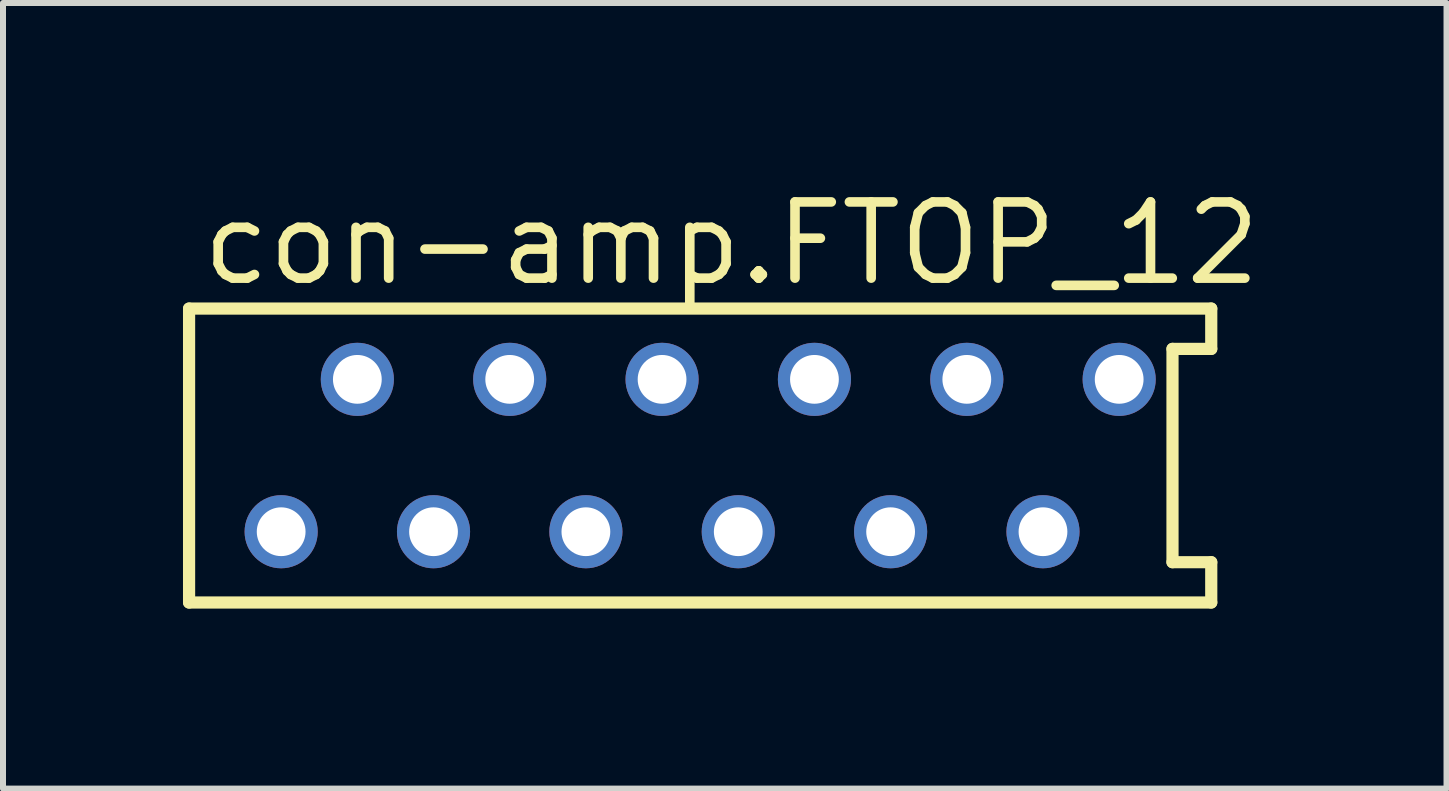
<source format=kicad_pcb>
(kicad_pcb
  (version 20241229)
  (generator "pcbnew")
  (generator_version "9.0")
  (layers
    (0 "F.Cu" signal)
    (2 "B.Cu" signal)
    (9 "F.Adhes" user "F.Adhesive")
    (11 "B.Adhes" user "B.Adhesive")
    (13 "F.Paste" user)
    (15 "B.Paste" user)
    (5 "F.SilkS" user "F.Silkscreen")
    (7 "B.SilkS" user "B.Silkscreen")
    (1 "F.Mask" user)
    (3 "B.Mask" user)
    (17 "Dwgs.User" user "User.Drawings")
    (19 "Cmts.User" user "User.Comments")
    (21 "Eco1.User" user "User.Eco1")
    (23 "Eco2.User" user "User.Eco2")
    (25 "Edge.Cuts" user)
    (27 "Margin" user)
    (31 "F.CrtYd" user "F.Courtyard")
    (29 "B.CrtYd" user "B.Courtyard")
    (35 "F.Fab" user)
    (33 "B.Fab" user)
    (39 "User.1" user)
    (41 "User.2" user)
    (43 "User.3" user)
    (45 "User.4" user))
  (footprint "con-amp.FTOP_12"
    (layer "F.Cu")
    (at 8.622 4.544)
    (property "Reference" "con-amp.FTOP_12" (at -8.382 -2.794 0) (layer "F.SilkS") (effects (font (size 1.27 1.27) (thickness 0.16)) (justify left bottom)))
    (attr through_hole)
    (fp_line (start -8.52 -2.45) (end -8.52 2.45) (stroke (width 0.203) (type default)) (layer "F.SilkS"))
    (fp_line (start -8.52 2.45) (end 8.52 2.45) (stroke (width 0.203) (type default)) (layer "F.SilkS"))
    (fp_line (start 7.874 -1.778) (end 8.52 -1.778) (stroke (width 0.203) (type default)) (layer "F.SilkS"))
    (fp_line (start 7.874 1.778) (end 7.874 -1.778) (stroke (width 0.203) (type default)) (layer "F.SilkS"))
    (fp_line (start 8.52 -2.45) (end -8.52 -2.45) (stroke (width 0.203) (type default)) (layer "F.SilkS"))
    (fp_line (start 8.52 -1.778) (end 8.52 -2.45) (stroke (width 0.203) (type default)) (layer "F.SilkS"))
    (fp_line (start 8.52 1.778) (end 7.874 1.778) (stroke (width 0.203) (type default)) (layer "F.SilkS"))
    (fp_line (start 8.52 2.45) (end 8.52 1.778) (stroke (width 0.203) (type default)) (layer "F.SilkS"))
    (pad "1" thru_hole circle (at -6.985 1.27) (size 1.219 1.219) (drill 0.813) (layers "*.Cu" "*.Mask"))
    (pad "2" thru_hole circle (at -5.715 -1.27) (size 1.219 1.219) (drill 0.813) (layers "*.Cu" "*.Mask"))
    (pad "3" thru_hole circle (at -4.445 1.27) (size 1.219 1.219) (drill 0.813) (layers "*.Cu" "*.Mask"))
    (pad "4" thru_hole circle (at -3.175 -1.27) (size 1.219 1.219) (drill 0.813) (layers "*.Cu" "*.Mask"))
    (pad "5" thru_hole circle (at -1.905 1.27) (size 1.219 1.219) (drill 0.813) (layers "*.Cu" "*.Mask"))
    (pad "6" thru_hole circle (at -0.635 -1.27) (size 1.219 1.219) (drill 0.813) (layers "*.Cu" "*.Mask"))
    (pad "7" thru_hole circle (at 0.635 1.27) (size 1.219 1.219) (drill 0.813) (layers "*.Cu" "*.Mask"))
    (pad "8" thru_hole circle (at 1.905 -1.27) (size 1.219 1.219) (drill 0.813) (layers "*.Cu" "*.Mask"))
    (pad "9" thru_hole circle (at 3.175 1.27) (size 1.219 1.219) (drill 0.813) (layers "*.Cu" "*.Mask"))
    (pad "10" thru_hole circle (at 4.445 -1.27) (size 1.219 1.219) (drill 0.813) (layers "*.Cu" "*.Mask"))
    (pad "11" thru_hole circle (at 5.715 1.27) (size 1.219 1.219) (drill 0.813) (layers "*.Cu" "*.Mask"))
    (pad "12" thru_hole circle (at 6.985 -1.27) (size 1.219 1.219) (drill 0.813) (layers "*.Cu" "*.Mask")))
  (gr_rect
    (start -3 -3)
    (end 21.064 10.096)
    (stroke (width 0.1) (type default))
    (fill no)
    (layer "Edge.Cuts")))
</source>
